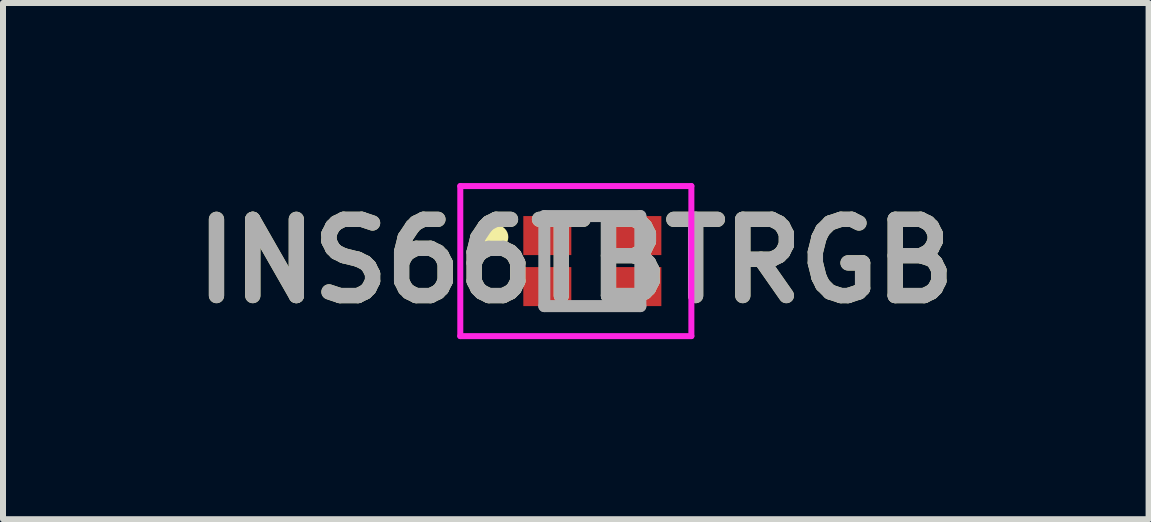
<source format=kicad_pcb>
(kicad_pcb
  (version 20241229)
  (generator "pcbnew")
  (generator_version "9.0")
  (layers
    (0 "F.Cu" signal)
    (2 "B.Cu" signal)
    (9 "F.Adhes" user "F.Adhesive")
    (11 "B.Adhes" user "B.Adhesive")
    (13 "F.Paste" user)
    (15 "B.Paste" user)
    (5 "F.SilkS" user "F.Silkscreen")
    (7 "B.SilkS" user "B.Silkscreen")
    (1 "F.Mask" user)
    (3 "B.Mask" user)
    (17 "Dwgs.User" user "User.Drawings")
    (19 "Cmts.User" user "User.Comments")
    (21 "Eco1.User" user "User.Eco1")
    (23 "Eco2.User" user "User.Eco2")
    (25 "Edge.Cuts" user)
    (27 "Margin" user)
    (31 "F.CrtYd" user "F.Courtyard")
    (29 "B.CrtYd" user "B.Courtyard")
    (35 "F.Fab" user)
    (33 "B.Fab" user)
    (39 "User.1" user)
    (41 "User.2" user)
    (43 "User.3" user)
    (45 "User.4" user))
  (footprint "INS66TBTRGB"
    (layer "F.Cu")
    (at 6.819 1.3)
    (property "Reference" "INS66TBTRGB" (at -0.275 0 0) (layer "F.SilkS") (effects (font (size 1.27 1.27) (thickness 0.254))))
    (attr smd)
    (fp_line (start -1.6 -0.5) (end -1.6 -0.5) (stroke (width 0.2) (type solid)) (layer "F.SilkS"))
    (fp_line (start -1.6 -0.3) (end -1.6 -0.3) (stroke (width 0.2) (type solid)) (layer "F.SilkS"))
    (fp_line (start -0.1 -0.75) (end 0.1 -0.75) (stroke (width 0.1) (type solid)) (layer "F.SilkS"))
    (fp_line (start -0.1 0.75) (end 0.1 0.75) (stroke (width 0.1) (type solid)) (layer "F.SilkS"))
    (fp_arc (start -1.6 -0.5) (mid -1.5 -0.4) (end -1.6 -0.3) (stroke (width 0.2) (type solid)) (layer "F.SilkS"))
    (fp_arc (start -1.6 -0.3) (mid -1.7 -0.4) (end -1.6 -0.5) (stroke (width 0.2) (type solid)) (layer "F.SilkS"))
    (fp_line (start -2.2 -1.25) (end 1.65 -1.25) (stroke (width 0.1) (type solid)) (layer "F.CrtYd"))
    (fp_line (start -2.2 1.25) (end -2.2 -1.25) (stroke (width 0.1) (type solid)) (layer "F.CrtYd"))
    (fp_line (start 1.65 -1.25) (end 1.65 1.25) (stroke (width 0.1) (type solid)) (layer "F.CrtYd"))
    (fp_line (start 1.65 1.25) (end -2.2 1.25) (stroke (width 0.1) (type solid)) (layer "F.CrtYd"))
    (fp_line (start -0.8 -0.75) (end 0.8 -0.75) (stroke (width 0.2) (type solid)) (layer "F.Fab"))
    (fp_line (start -0.8 0.75) (end -0.8 -0.75) (stroke (width 0.2) (type solid)) (layer "F.Fab"))
    (fp_line (start 0.8 -0.75) (end 0.8 0.75) (stroke (width 0.2) (type solid)) (layer "F.Fab"))
    (fp_line (start 0.8 0.75) (end -0.8 0.75) (stroke (width 0.2) (type solid)) (layer "F.Fab"))
    (fp_text user "${REFERENCE}" (at -0.275 0 0) (layer "F.Fab") (effects (font (size 1.27 1.27) (thickness 0.254))))
    (pad "1" smd rect (at -0.75 -0.425 90) (size 0.65 0.8) (layers "F.Cu" "F.Mask" "F.Paste"))
    (pad "2" smd rect (at 0.75 -0.425 90) (size 0.65 0.8) (layers "F.Cu" "F.Mask" "F.Paste"))
    (pad "3" smd rect (at -0.75 0.425 90) (size 0.65 0.8) (layers "F.Cu" "F.Mask" "F.Paste"))
    (pad "4" smd rect (at 0.75 0.425 90) (size 0.65 0.8) (layers "F.Cu" "F.Mask" "F.Paste")))
  (gr_rect
    (start -3 -3)
    (end 16.087 5.6)
    (stroke (width 0.1) (type default))
    (fill no)
    (layer "Edge.Cuts")))
</source>
